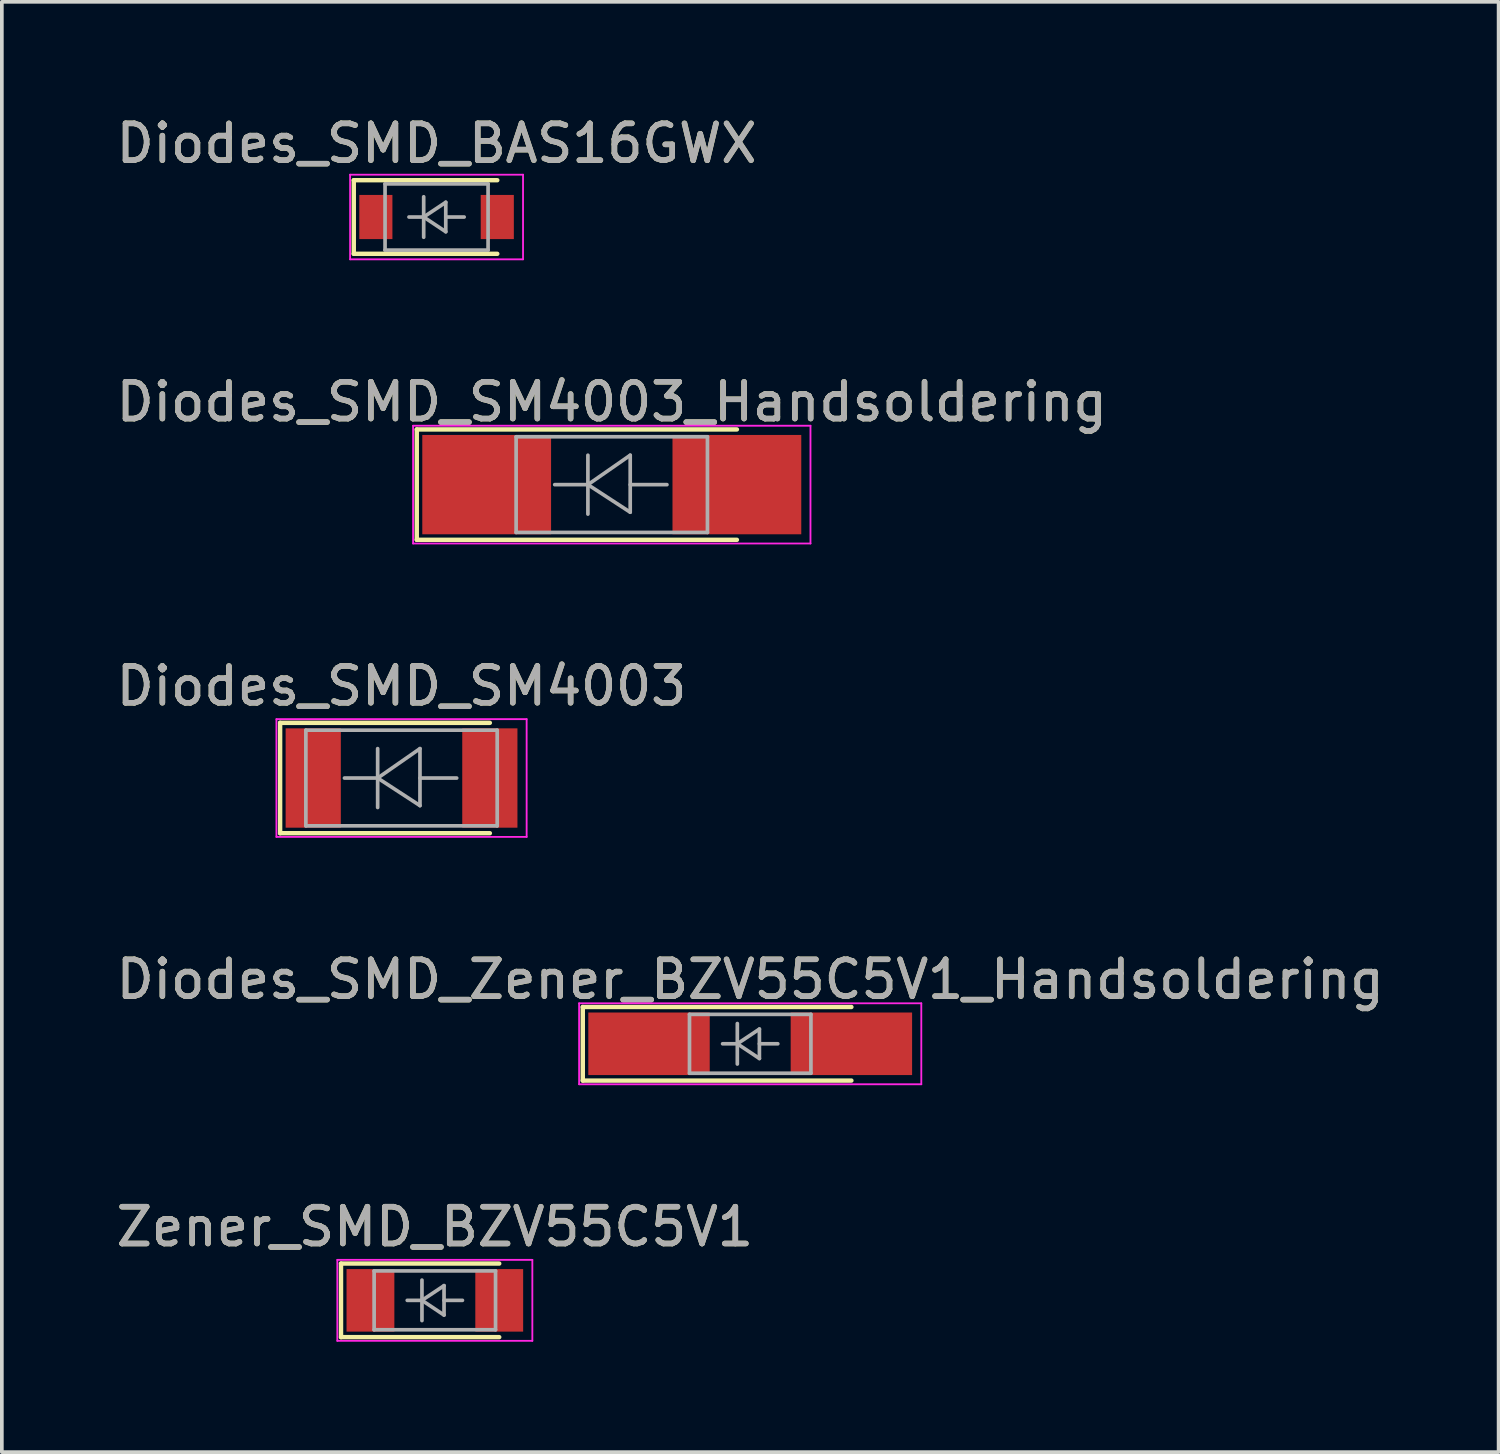
<source format=kicad_pcb>
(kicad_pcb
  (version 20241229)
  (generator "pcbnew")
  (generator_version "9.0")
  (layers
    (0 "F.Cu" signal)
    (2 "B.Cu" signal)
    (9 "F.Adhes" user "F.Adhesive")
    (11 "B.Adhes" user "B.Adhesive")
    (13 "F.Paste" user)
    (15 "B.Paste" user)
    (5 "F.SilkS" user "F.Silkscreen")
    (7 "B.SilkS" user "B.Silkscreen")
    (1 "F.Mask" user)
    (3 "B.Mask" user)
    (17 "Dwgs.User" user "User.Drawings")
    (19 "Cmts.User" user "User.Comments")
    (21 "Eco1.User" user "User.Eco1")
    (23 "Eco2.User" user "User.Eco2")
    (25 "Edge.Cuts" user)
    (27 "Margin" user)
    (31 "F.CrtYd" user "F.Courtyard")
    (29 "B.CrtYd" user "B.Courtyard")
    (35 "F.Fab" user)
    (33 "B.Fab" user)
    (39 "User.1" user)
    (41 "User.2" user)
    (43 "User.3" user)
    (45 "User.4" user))
  (footprint "Diodes_SMD_SM4003"
    (layer "F.Cu")
    (at 7.863 18.095)
    (property "Reference" "Diodes_SMD_SM4003" (at 0 -2.5 0) (layer "F.SilkS") (effects (font (size 1 1) (thickness 0.15))))
    (attr smd)
    (fp_line (start -3.3 -1.5) (end -3.3 1.5) (stroke (width 0.12) (type solid)) (layer "F.SilkS"))
    (fp_line (start -3.3 1.5) (end 2.4 1.5) (stroke (width 0.12) (type solid)) (layer "F.SilkS"))
    (fp_line (start 2.4 -1.5) (end -3.3 -1.5) (stroke (width 0.12) (type solid)) (layer "F.SilkS"))
    (fp_line (start -3.4 -1.6) (end 3.4 -1.6) (stroke (width 0.05) (type solid)) (layer "F.CrtYd"))
    (fp_line (start -3.4 1.6) (end -3.4 -1.6) (stroke (width 0.05) (type solid)) (layer "F.CrtYd"))
    (fp_line (start 3.4 -1.6) (end 3.4 1.6) (stroke (width 0.05) (type solid)) (layer "F.CrtYd"))
    (fp_line (start 3.4 1.6) (end -3.4 1.6) (stroke (width 0.05) (type solid)) (layer "F.CrtYd"))
    (fp_line (start -2.6 -1.3) (end -2.6 1.3) (stroke (width 0.1) (type solid)) (layer "F.Fab"))
    (fp_line (start -2.6 1.3) (end 2.6 1.3) (stroke (width 0.1) (type solid)) (layer "F.Fab"))
    (fp_line (start -0.649 -0.799) (end -0.649 0.801) (stroke (width 0.1) (type solid)) (layer "F.Fab"))
    (fp_line (start -0.649 0.001) (end -1.551 0.001) (stroke (width 0.1) (type solid)) (layer "F.Fab"))
    (fp_line (start -0.649 0.001) (end 0.501 -0.799) (stroke (width 0.1) (type solid)) (layer "F.Fab"))
    (fp_line (start -0.649 0.001) (end 0.501 0.75) (stroke (width 0.1) (type solid)) (layer "F.Fab"))
    (fp_line (start 0.501 0.001) (end 1.499 0.001) (stroke (width 0.1) (type solid)) (layer "F.Fab"))
    (fp_line (start 0.501 0.75) (end 0.501 -0.799) (stroke (width 0.1) (type solid)) (layer "F.Fab"))
    (fp_line (start 2.6 -1.3) (end -2.6 -1.3) (stroke (width 0.1) (type solid)) (layer "F.Fab"))
    (fp_line (start 2.6 1.3) (end 2.6 -1.3) (stroke (width 0.1) (type solid)) (layer "F.Fab"))
    (fp_text user "${REFERENCE}" (at 0 -2.5 0) (layer "F.Fab") (effects (font (size 1 1) (thickness 0.15))))
    (pad "1" smd rect (at -2.4 0) (size 1.5 2.7) (layers "F.Cu" "F.Mask" "F.Paste"))
    (pad "2" smd rect (at 2.4 0) (size 1.5 2.7) (layers "F.Cu" "F.Mask" "F.Paste")))
  (footprint "Diodes_SMD_SM4003_Handsoldering"
    (layer "F.Cu")
    (at 13.577 10.121)
    (property "Reference" "Diodes_SMD_SM4003_Handsoldering" (at 0 -2.25 0) (layer "F.SilkS") (effects (font (size 1 1) (thickness 0.15))))
    (attr smd)
    (fp_line (start -5.3 -1.5) (end -5.3 1.5) (stroke (width 0.12) (type solid)) (layer "F.SilkS"))
    (fp_line (start -5.3 1.5) (end 3.4 1.5) (stroke (width 0.12) (type solid)) (layer "F.SilkS"))
    (fp_line (start 3.4 -1.5) (end -5.3 -1.5) (stroke (width 0.12) (type solid)) (layer "F.SilkS"))
    (fp_line (start -5.4 -1.6) (end 5.4 -1.6) (stroke (width 0.05) (type solid)) (layer "F.CrtYd"))
    (fp_line (start -5.4 1.6) (end -5.4 -1.6) (stroke (width 0.05) (type solid)) (layer "F.CrtYd"))
    (fp_line (start 5.4 -1.6) (end 5.4 1.6) (stroke (width 0.05) (type solid)) (layer "F.CrtYd"))
    (fp_line (start 5.4 1.6) (end -5.4 1.6) (stroke (width 0.05) (type solid)) (layer "F.CrtYd"))
    (fp_line (start -2.6 -1.3) (end -2.6 1.3) (stroke (width 0.1) (type solid)) (layer "F.Fab"))
    (fp_line (start -2.6 1.3) (end 2.6 1.3) (stroke (width 0.1) (type solid)) (layer "F.Fab"))
    (fp_line (start -0.649 -0.799) (end -0.649 0.801) (stroke (width 0.1) (type solid)) (layer "F.Fab"))
    (fp_line (start -0.649 0.001) (end -1.551 0.001) (stroke (width 0.1) (type solid)) (layer "F.Fab"))
    (fp_line (start -0.649 0.001) (end 0.501 -0.799) (stroke (width 0.1) (type solid)) (layer "F.Fab"))
    (fp_line (start -0.649 0.001) (end 0.501 0.75) (stroke (width 0.1) (type solid)) (layer "F.Fab"))
    (fp_line (start 0.501 0.001) (end 1.499 0.001) (stroke (width 0.1) (type solid)) (layer "F.Fab"))
    (fp_line (start 0.501 0.75) (end 0.501 -0.799) (stroke (width 0.1) (type solid)) (layer "F.Fab"))
    (fp_line (start 2.6 -1.3) (end -2.6 -1.3) (stroke (width 0.1) (type solid)) (layer "F.Fab"))
    (fp_line (start 2.6 1.3) (end 2.6 -1.3) (stroke (width 0.1) (type solid)) (layer "F.Fab"))
    (fp_text user "${REFERENCE}" (at 0 -2.25 0) (layer "F.Fab") (effects (font (size 1 1) (thickness 0.15))))
    (pad "1" smd rect (at -3.4 0) (size 3.5 2.7) (layers "F.Cu" "F.Mask" "F.Paste"))
    (pad "2" smd rect (at 3.4 0) (size 3.5 2.7) (layers "F.Cu" "F.Mask" "F.Paste")))
  (footprint "Zener_SMD_BZV55C5V1"
    (layer "F.Cu")
    (at 8.768 32.291)
    (property "Reference" "Zener_SMD_BZV55C5V1" (at 0 -2 0) (layer "F.SilkS") (effects (font (size 1 1) (thickness 0.15))))
    (attr smd)
    (fp_line (start -2.55 -1) (end -2.55 1) (stroke (width 0.12) (type solid)) (layer "F.SilkS"))
    (fp_line (start -2.55 1) (end 1.75 1) (stroke (width 0.12) (type solid)) (layer "F.SilkS"))
    (fp_line (start 1.75 -1) (end -2.55 -1) (stroke (width 0.12) (type solid)) (layer "F.SilkS"))
    (fp_line (start -2.65 -1.1) (end 2.65 -1.1) (stroke (width 0.05) (type solid)) (layer "F.CrtYd"))
    (fp_line (start -2.65 1.1) (end -2.65 -1.1) (stroke (width 0.05) (type solid)) (layer "F.CrtYd"))
    (fp_line (start 2.65 -1.1) (end 2.65 1.1) (stroke (width 0.05) (type solid)) (layer "F.CrtYd"))
    (fp_line (start 2.65 1.1) (end -2.65 1.1) (stroke (width 0.05) (type solid)) (layer "F.CrtYd"))
    (fp_line (start -1.65 -0.8) (end 1.65 -0.8) (stroke (width 0.1) (type solid)) (layer "F.Fab"))
    (fp_line (start -1.65 0.8) (end -1.65 -0.8) (stroke (width 0.1) (type solid)) (layer "F.Fab"))
    (fp_line (start -0.75 0) (end -0.35 0) (stroke (width 0.1) (type solid)) (layer "F.Fab"))
    (fp_line (start -0.35 0) (end -0.35 -0.55) (stroke (width 0.1) (type solid)) (layer "F.Fab"))
    (fp_line (start -0.35 0) (end -0.35 0.55) (stroke (width 0.1) (type solid)) (layer "F.Fab"))
    (fp_line (start -0.35 0) (end 0.25 -0.4) (stroke (width 0.1) (type solid)) (layer "F.Fab"))
    (fp_line (start 0.25 -0.4) (end 0.25 0.4) (stroke (width 0.1) (type solid)) (layer "F.Fab"))
    (fp_line (start 0.25 0) (end 0.75 0) (stroke (width 0.1) (type solid)) (layer "F.Fab"))
    (fp_line (start 0.25 0.4) (end -0.35 0) (stroke (width 0.1) (type solid)) (layer "F.Fab"))
    (fp_line (start 1.65 -0.8) (end 1.65 0.8) (stroke (width 0.1) (type solid)) (layer "F.Fab"))
    (fp_line (start 1.65 0.8) (end -1.65 0.8) (stroke (width 0.1) (type solid)) (layer "F.Fab"))
    (fp_text user "${REFERENCE}" (at 0 -2 0) (layer "F.Fab") (effects (font (size 1 1) (thickness 0.15))))
    (pad "1" smd rect (at -1.75 0) (size 1.3 1.7) (layers "F.Cu" "F.Mask" "F.Paste"))
    (pad "2" smd rect (at 1.75 0) (size 1.3 1.7) (layers "F.Cu" "F.Mask" "F.Paste")))
  (footprint "Diodes_SMD_BAS16GWX"
    (layer "F.Cu")
    (at 8.815 2.848)
    (property "Reference" "Diodes_SMD_BAS16GWX" (at 0 -2 0) (layer "F.SilkS") (effects (font (size 1 1) (thickness 0.15))))
    (attr smd)
    (fp_line (start -2.25 -1) (end -2.25 1) (stroke (width 0.12) (type solid)) (layer "F.SilkS"))
    (fp_line (start -2.25 -1) (end 1.65 -1) (stroke (width 0.12) (type solid)) (layer "F.SilkS"))
    (fp_line (start -2.25 1) (end 1.65 1) (stroke (width 0.12) (type solid)) (layer "F.SilkS"))
    (fp_line (start -2.35 -1.15) (end -2.35 1.15) (stroke (width 0.05) (type solid)) (layer "F.CrtYd"))
    (fp_line (start -2.35 -1.15) (end 2.35 -1.15) (stroke (width 0.05) (type solid)) (layer "F.CrtYd"))
    (fp_line (start 2.35 -1.15) (end 2.35 1.15) (stroke (width 0.05) (type solid)) (layer "F.CrtYd"))
    (fp_line (start 2.35 1.15) (end -2.35 1.15) (stroke (width 0.05) (type solid)) (layer "F.CrtYd"))
    (fp_line (start -1.4 -0.9) (end 1.4 -0.9) (stroke (width 0.1) (type solid)) (layer "F.Fab"))
    (fp_line (start -1.4 0.9) (end -1.4 -0.9) (stroke (width 0.1) (type solid)) (layer "F.Fab"))
    (fp_line (start -0.75 0) (end -0.35 0) (stroke (width 0.1) (type solid)) (layer "F.Fab"))
    (fp_line (start -0.35 0) (end -0.35 -0.55) (stroke (width 0.1) (type solid)) (layer "F.Fab"))
    (fp_line (start -0.35 0) (end -0.35 0.55) (stroke (width 0.1) (type solid)) (layer "F.Fab"))
    (fp_line (start -0.35 0) (end 0.25 -0.4) (stroke (width 0.1) (type solid)) (layer "F.Fab"))
    (fp_line (start 0.25 -0.4) (end 0.25 0.4) (stroke (width 0.1) (type solid)) (layer "F.Fab"))
    (fp_line (start 0.25 0) (end 0.75 0) (stroke (width 0.1) (type solid)) (layer "F.Fab"))
    (fp_line (start 0.25 0.4) (end -0.35 0) (stroke (width 0.1) (type solid)) (layer "F.Fab"))
    (fp_line (start 1.4 -0.9) (end 1.4 0.9) (stroke (width 0.1) (type solid)) (layer "F.Fab"))
    (fp_line (start 1.4 0.9) (end -1.4 0.9) (stroke (width 0.1) (type solid)) (layer "F.Fab"))
    (fp_text user "${REFERENCE}" (at 0 -2 0) (layer "F.Fab") (effects (font (size 1 1) (thickness 0.15))))
    (pad "1" smd rect (at -1.65 0) (size 0.9 1.2) (layers "F.Cu" "F.Mask" "F.Paste"))
    (pad "2" smd rect (at 1.65 0) (size 0.9 1.2) (layers "F.Cu" "F.Mask" "F.Paste")))
  (footprint "Diodes_SMD_Zener_BZV55C5V1_Handsoldering"
    (layer "F.Cu")
    (at 17.339 25.318)
    (property "Reference" "Diodes_SMD_Zener_BZV55C5V1_Handsoldering" (at 0 -1.75 0) (layer "F.SilkS") (effects (font (size 1 1) (thickness 0.15))))
    (attr smd)
    (fp_line (start -4.55 -1) (end -4.55 1) (stroke (width 0.12) (type solid)) (layer "F.SilkS"))
    (fp_line (start -4.55 1) (end 2.75 1) (stroke (width 0.12) (type solid)) (layer "F.SilkS"))
    (fp_line (start 2.75 -1) (end -4.55 -1) (stroke (width 0.12) (type solid)) (layer "F.SilkS"))
    (fp_line (start -4.65 -1.1) (end 4.65 -1.1) (stroke (width 0.05) (type solid)) (layer "F.CrtYd"))
    (fp_line (start -4.65 1.1) (end -4.65 -1.1) (stroke (width 0.05) (type solid)) (layer "F.CrtYd"))
    (fp_line (start 4.65 -1.1) (end 4.65 1.1) (stroke (width 0.05) (type solid)) (layer "F.CrtYd"))
    (fp_line (start 4.65 1.1) (end -4.65 1.1) (stroke (width 0.05) (type solid)) (layer "F.CrtYd"))
    (fp_line (start -1.65 -0.8) (end 1.65 -0.8) (stroke (width 0.1) (type solid)) (layer "F.Fab"))
    (fp_line (start -1.65 0.8) (end -1.65 -0.8) (stroke (width 0.1) (type solid)) (layer "F.Fab"))
    (fp_line (start -0.75 0) (end -0.35 0) (stroke (width 0.1) (type solid)) (layer "F.Fab"))
    (fp_line (start -0.35 0) (end -0.35 -0.55) (stroke (width 0.1) (type solid)) (layer "F.Fab"))
    (fp_line (start -0.35 0) (end -0.35 0.55) (stroke (width 0.1) (type solid)) (layer "F.Fab"))
    (fp_line (start -0.35 0) (end 0.25 -0.4) (stroke (width 0.1) (type solid)) (layer "F.Fab"))
    (fp_line (start 0.25 -0.4) (end 0.25 0.4) (stroke (width 0.1) (type solid)) (layer "F.Fab"))
    (fp_line (start 0.25 0) (end 0.75 0) (stroke (width 0.1) (type solid)) (layer "F.Fab"))
    (fp_line (start 0.25 0.4) (end -0.35 0) (stroke (width 0.1) (type solid)) (layer "F.Fab"))
    (fp_line (start 1.65 -0.8) (end 1.65 0.8) (stroke (width 0.1) (type solid)) (layer "F.Fab"))
    (fp_line (start 1.65 0.8) (end -1.65 0.8) (stroke (width 0.1) (type solid)) (layer "F.Fab"))
    (fp_text user "${REFERENCE}" (at 0 -1.75 0) (layer "F.Fab") (effects (font (size 1 1) (thickness 0.15))))
    (pad "1" smd rect (at -2.75 0) (size 3.3 1.7) (layers "F.Cu" "F.Mask" "F.Paste"))
    (pad "2" smd rect (at 2.75 0) (size 3.3 1.7) (layers "F.Cu" "F.Mask" "F.Paste")))
  (gr_rect
    (start -3 -3)
    (end 37.679 36.416)
    (stroke (width 0.1) (type default))
    (fill no)
    (layer "Edge.Cuts")))
</source>
